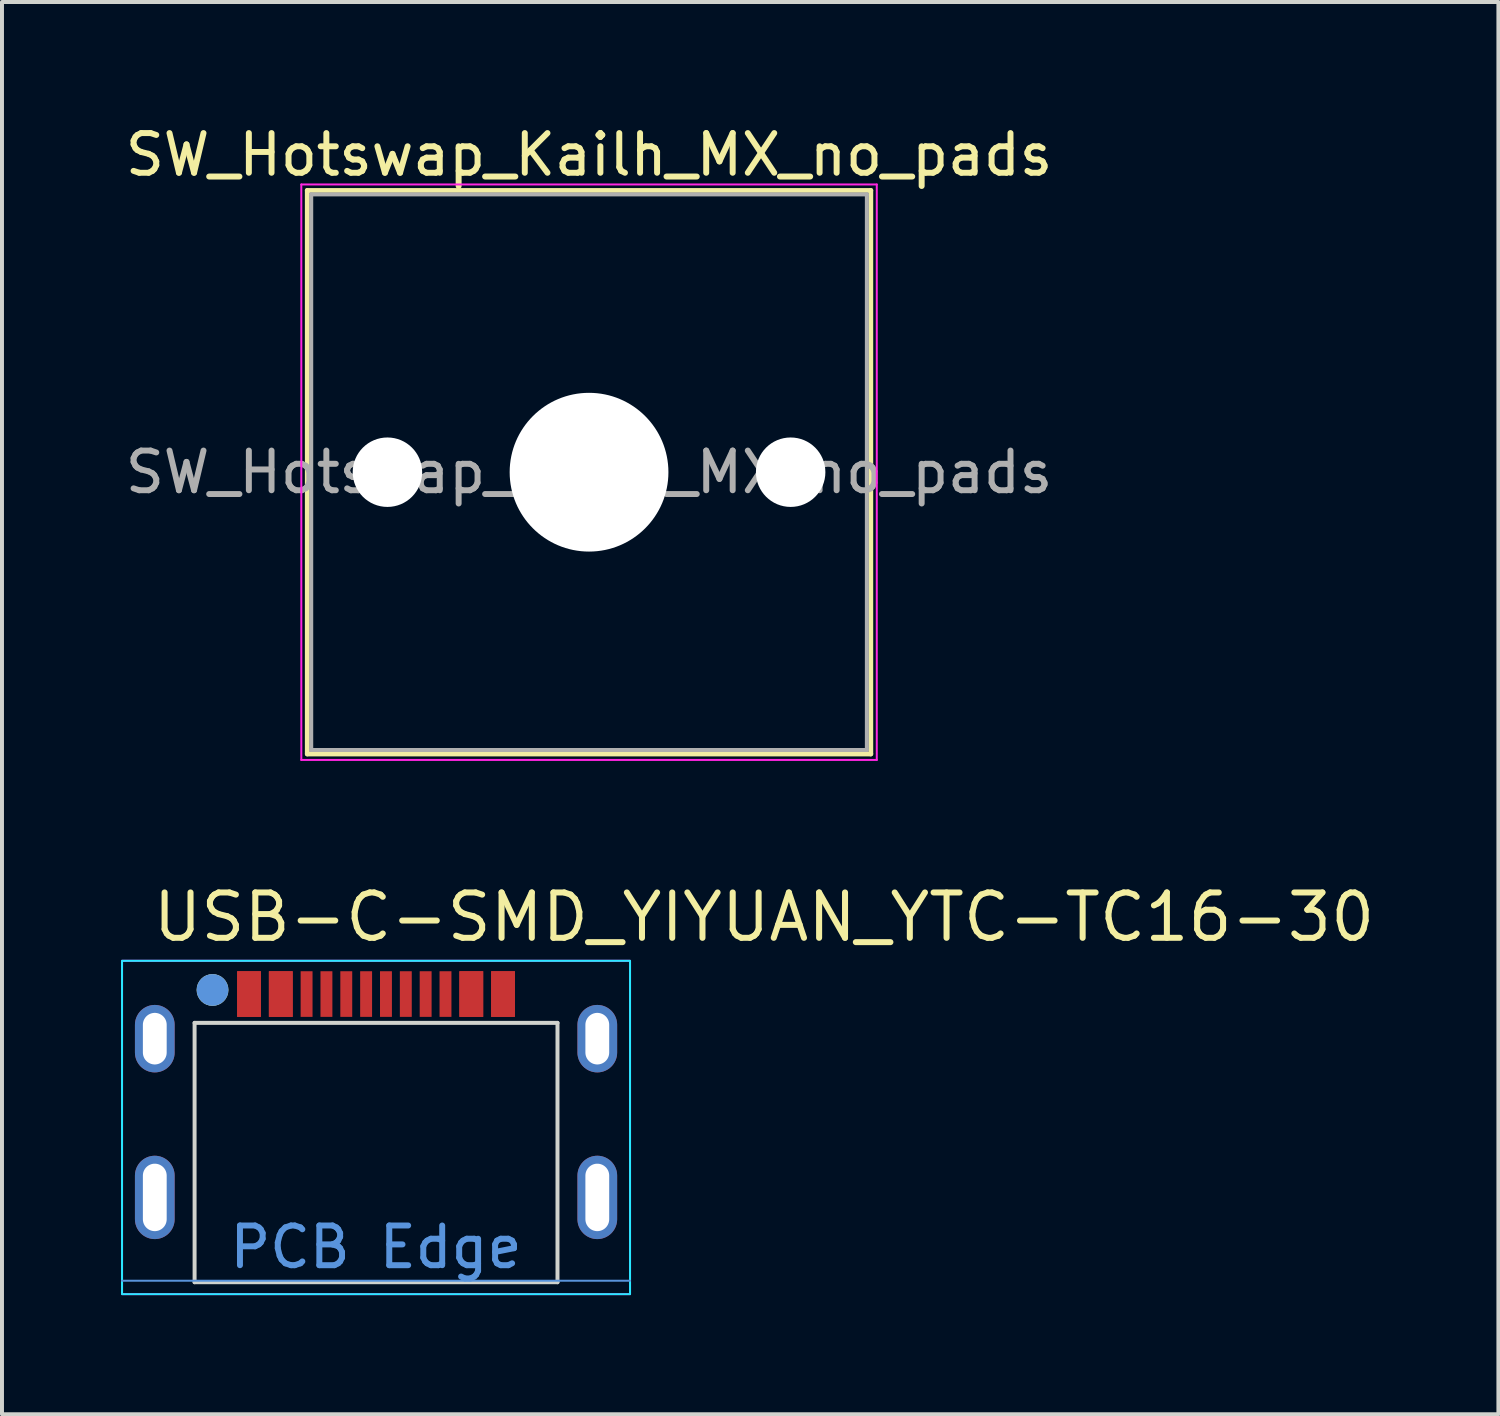
<source format=kicad_pcb>
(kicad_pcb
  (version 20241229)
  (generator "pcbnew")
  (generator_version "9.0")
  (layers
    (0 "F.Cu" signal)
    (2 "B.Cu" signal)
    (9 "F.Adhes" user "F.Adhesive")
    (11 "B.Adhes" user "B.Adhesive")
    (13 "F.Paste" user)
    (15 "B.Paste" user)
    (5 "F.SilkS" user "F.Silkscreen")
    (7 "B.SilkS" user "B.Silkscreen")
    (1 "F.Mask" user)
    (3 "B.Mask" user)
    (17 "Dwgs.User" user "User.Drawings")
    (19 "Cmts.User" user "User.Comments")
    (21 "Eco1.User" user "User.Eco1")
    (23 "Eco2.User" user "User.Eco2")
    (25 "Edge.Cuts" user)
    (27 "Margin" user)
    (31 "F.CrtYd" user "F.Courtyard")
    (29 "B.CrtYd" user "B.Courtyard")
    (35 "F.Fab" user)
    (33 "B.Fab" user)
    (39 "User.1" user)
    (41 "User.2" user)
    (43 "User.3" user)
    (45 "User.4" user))
  (footprint "USB-C-SMD_YIYUAN_YTC-TC16-30"
    (layer "F.Cu")
    (at 6.425 24.559)
    (property "Reference" "USB-C-SMD_YIYUAN_YTC-TC16-30" (at -5.7 -4.5 0) (layer "F.SilkS") (effects (font (size 1.143 1.143) (thickness 0.152)) (justify left)))
    (attr smd)
    (fp_circle (center -4.12 -2.665) (end -3.92 -2.665) (stroke (width 0.4) (type solid)) (fill no) (layer "F.SilkS"))
    (fp_line (start -6.4 4.662) (end 6.4 4.662) (stroke (width 0.05) (type default)) (layer "Cmts.User"))
    (fp_circle (center -4.12 -2.665) (end -3.92 -2.665) (stroke (width 0.4) (type solid)) (fill no) (layer "Cmts.User"))
    (fp_line (start -4.572 -1.836) (end 4.572 -1.836) (stroke (width 0.1) (type solid)) (layer "Edge.Cuts"))
    (fp_line (start -4.572 4.699) (end -4.572 -1.836) (stroke (width 0.1) (type solid)) (layer "Edge.Cuts"))
    (fp_line (start 4.572 -1.836) (end 4.572 4.699) (stroke (width 0.1) (type solid)) (layer "Edge.Cuts"))
    (fp_line (start 4.572 4.699) (end -4.572 4.699) (stroke (width 0.1) (type solid)) (layer "Edge.Cuts"))
    (fp_rect (start -6.4 5) (end 6.4 -3.4) (stroke (width 0.05) (type default)) (fill no) (layer "B.CrtYd"))
    (fp_rect (start -6.4 -3.4) (end 6.4 5) (stroke (width 0.05) (type default)) (fill no) (layer "F.CrtYd"))
    (fp_text user "PCB Edge" (at 0 4.4 0) (unlocked yes) (layer "Cmts.User") (effects (font (size 1 1) (thickness 0.15)) (justify bottom)))
    (pad "A1" smd rect (at -3.2 -2.562) (size 0.6 1.15) (layers "F.Cu" "F.Mask" "F.Paste"))
    (pad "A4" smd rect (at -2.4 -2.562) (size 0.6 1.15) (layers "F.Cu" "F.Mask" "F.Paste"))
    (pad "A5" smd rect (at -1.25 -2.562) (size 0.3 1.15) (layers "F.Cu" "F.Mask" "F.Paste"))
    (pad "A6" smd rect (at -0.25 -2.562) (size 0.3 1.15) (layers "F.Cu" "F.Mask" "F.Paste"))
    (pad "A7" smd rect (at 0.25 -2.562) (size 0.3 1.15) (layers "F.Cu" "F.Mask" "F.Paste"))
    (pad "A8" smd rect (at 1.25 -2.562) (size 0.3 1.15) (layers "F.Cu" "F.Mask" "F.Paste"))
    (pad "A9" smd rect (at 2.4 -2.562) (size 0.6 1.15) (layers "F.Cu" "F.Mask" "F.Paste"))
    (pad "A12" smd rect (at 3.2 -2.562) (size 0.6 1.15) (layers "F.Cu" "F.Mask" "F.Paste"))
    (pad "B1" smd rect (at 3.2 -2.562) (size 0.6 1.15) (layers "F.Cu" "F.Mask" "F.Paste"))
    (pad "B4" smd rect (at 2.4 -2.562) (size 0.6 1.15) (layers "F.Cu" "F.Mask" "F.Paste"))
    (pad "B5" smd rect (at 1.75 -2.562) (size 0.3 1.15) (layers "F.Cu" "F.Mask" "F.Paste"))
    (pad "B6" smd rect (at 0.75 -2.562) (size 0.3 1.15) (layers "F.Cu" "F.Mask" "F.Paste"))
    (pad "B7" smd rect (at -0.75 -2.562) (size 0.3 1.15) (layers "F.Cu" "F.Mask" "F.Paste"))
    (pad "B8" smd rect (at -1.75 -2.562) (size 0.3 1.15) (layers "F.Cu" "F.Mask" "F.Paste"))
    (pad "B9" smd rect (at -2.4 -2.562) (size 0.6 1.15) (layers "F.Cu" "F.Mask" "F.Paste"))
    (pad "B12" smd rect (at -3.2 -2.562) (size 0.6 1.15) (layers "F.Cu" "F.Mask" "F.Paste"))
    (pad "S1" thru_hole oval (at -5.575 -1.438) (size 1 1.7) (drill oval 0.6 1.3) (layers "*.Cu" "*.Paste" "*.Mask"))
    (pad "S1" thru_hole oval (at -5.575 2.562) (size 1 2.1) (drill oval 0.6 1.7) (layers "*.Cu" "*.Paste" "*.Mask"))
    (pad "S1" thru_hole oval (at 5.575 -1.438) (size 1 1.7) (drill oval 0.6 1.3) (layers "*.Cu" "*.Paste" "*.Mask"))
    (pad "S1" thru_hole oval (at 5.575 2.562) (size 1 2.1) (drill oval 0.6 1.7) (layers "*.Cu" "*.Paste" "*.Mask")))
  (footprint "SW_Hotswap_Kailh_MX_no_pads"
    (layer "F.Cu")
    (at 11.792 8.848)
    (property "Reference" "SW_Hotswap_Kailh_MX_no_pads" (at 0 -8 0) (layer "F.SilkS") (effects (font (size 1 1) (thickness 0.15))))
    (attr smd)
    (fp_line (start -7.1 -7.1) (end -7.1 7.1) (stroke (width 0.12) (type solid)) (layer "F.SilkS"))
    (fp_line (start -7.1 7.1) (end 7.1 7.1) (stroke (width 0.12) (type solid)) (layer "F.SilkS"))
    (fp_line (start 7.1 -7.1) (end -7.1 -7.1) (stroke (width 0.12) (type solid)) (layer "F.SilkS"))
    (fp_line (start 7.1 7.1) (end 7.1 -7.1) (stroke (width 0.12) (type solid)) (layer "F.SilkS"))
    (fp_line (start -7.8 -6) (end -7 -6) (stroke (width 0.1) (type solid)) (layer "Eco1.User"))
    (fp_line (start -7.8 -2.9) (end -7.8 -6) (stroke (width 0.1) (type solid)) (layer "Eco1.User"))
    (fp_line (start -7.8 2.9) (end -7 2.9) (stroke (width 0.1) (type solid)) (layer "Eco1.User"))
    (fp_line (start -7.8 6) (end -7.8 2.9) (stroke (width 0.1) (type solid)) (layer "Eco1.User"))
    (fp_line (start -7 -7) (end 7 -7) (stroke (width 0.1) (type solid)) (layer "Eco1.User"))
    (fp_line (start -7 -6) (end -7 -7) (stroke (width 0.1) (type solid)) (layer "Eco1.User"))
    (fp_line (start -7 -2.9) (end -7.8 -2.9) (stroke (width 0.1) (type solid)) (layer "Eco1.User"))
    (fp_line (start -7 2.9) (end -7 -2.9) (stroke (width 0.1) (type solid)) (layer "Eco1.User"))
    (fp_line (start -7 6) (end -7.8 6) (stroke (width 0.1) (type solid)) (layer "Eco1.User"))
    (fp_line (start -7 7) (end -7 6) (stroke (width 0.1) (type solid)) (layer "Eco1.User"))
    (fp_line (start 7 -7) (end 7 -6) (stroke (width 0.1) (type solid)) (layer "Eco1.User"))
    (fp_line (start 7 -6) (end 7.8 -6) (stroke (width 0.1) (type solid)) (layer "Eco1.User"))
    (fp_line (start 7 -2.9) (end 7 2.9) (stroke (width 0.1) (type solid)) (layer "Eco1.User"))
    (fp_line (start 7 2.9) (end 7.8 2.9) (stroke (width 0.1) (type solid)) (layer "Eco1.User"))
    (fp_line (start 7 6) (end 7 7) (stroke (width 0.1) (type solid)) (layer "Eco1.User"))
    (fp_line (start 7 7) (end -7 7) (stroke (width 0.1) (type solid)) (layer "Eco1.User"))
    (fp_line (start 7.8 -6) (end 7.8 -2.9) (stroke (width 0.1) (type solid)) (layer "Eco1.User"))
    (fp_line (start 7.8 -2.9) (end 7 -2.9) (stroke (width 0.1) (type solid)) (layer "Eco1.User"))
    (fp_line (start 7.8 2.9) (end 7.8 6) (stroke (width 0.1) (type solid)) (layer "Eco1.User"))
    (fp_line (start 7.8 6) (end 7 6) (stroke (width 0.1) (type solid)) (layer "Eco1.User"))
    (fp_line (start -7.25 -7.25) (end -7.25 7.25) (stroke (width 0.05) (type solid)) (layer "F.CrtYd"))
    (fp_line (start -7.25 7.25) (end 7.25 7.25) (stroke (width 0.05) (type solid)) (layer "F.CrtYd"))
    (fp_line (start 7.25 -7.25) (end -7.25 -7.25) (stroke (width 0.05) (type solid)) (layer "F.CrtYd"))
    (fp_line (start 7.25 7.25) (end 7.25 -7.25) (stroke (width 0.05) (type solid)) (layer "F.CrtYd"))
    (fp_line (start -7 -7) (end -7 7) (stroke (width 0.1) (type solid)) (layer "F.Fab"))
    (fp_line (start -7 7) (end 7 7) (stroke (width 0.1) (type solid)) (layer "F.Fab"))
    (fp_line (start 7 -7) (end -7 -7) (stroke (width 0.1) (type solid)) (layer "F.Fab"))
    (fp_line (start 7 7) (end 7 -7) (stroke (width 0.1) (type solid)) (layer "F.Fab"))
    (fp_text user "${REFERENCE}" (at 0 0 0) (layer "F.Fab") (effects (font (size 1 1) (thickness 0.15))))
    (pad "" np_thru_hole circle (at -5.08 0) (size 1.75 1.75) (drill 1.75) (layers "*.Cu" "*.Mask"))
    (pad "" np_thru_hole circle (at 0 0) (size 4 4) (drill 4) (layers "*.Cu" "*.Mask"))
    (pad "" np_thru_hole circle (at 5.08 0) (size 1.75 1.75) (drill 1.75) (layers "*.Cu" "*.Mask")))
  (gr_rect
    (start -3 -3)
    (end 34.705 32.584)
    (stroke (width 0.1) (type default))
    (fill no)
    (layer "Edge.Cuts")))
</source>
